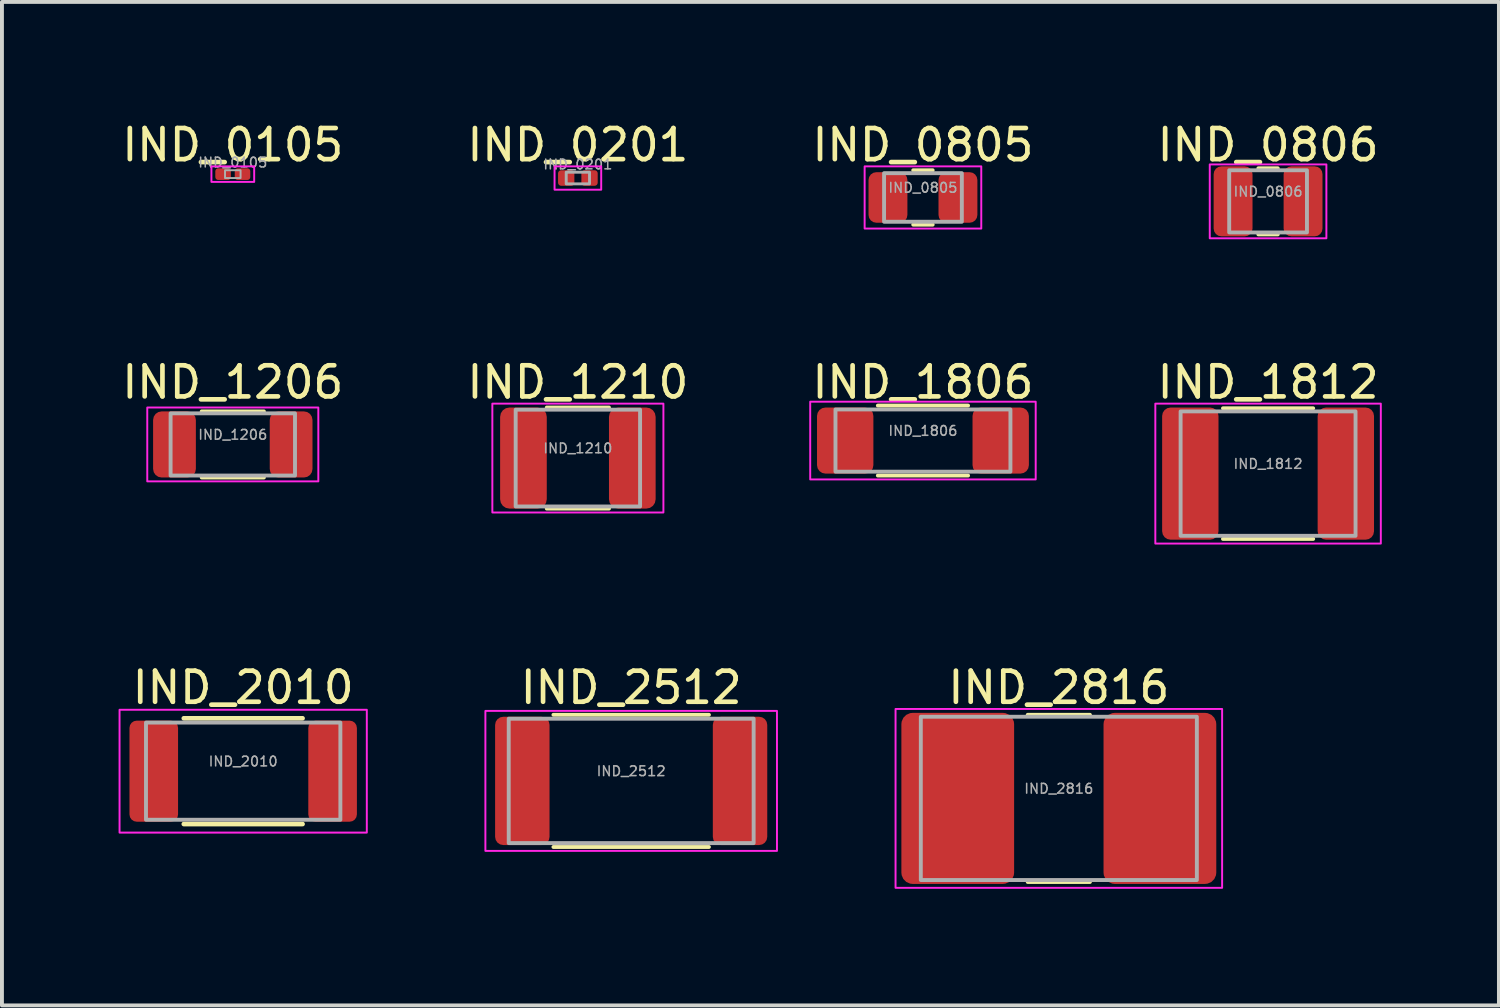
<source format=kicad_pcb>
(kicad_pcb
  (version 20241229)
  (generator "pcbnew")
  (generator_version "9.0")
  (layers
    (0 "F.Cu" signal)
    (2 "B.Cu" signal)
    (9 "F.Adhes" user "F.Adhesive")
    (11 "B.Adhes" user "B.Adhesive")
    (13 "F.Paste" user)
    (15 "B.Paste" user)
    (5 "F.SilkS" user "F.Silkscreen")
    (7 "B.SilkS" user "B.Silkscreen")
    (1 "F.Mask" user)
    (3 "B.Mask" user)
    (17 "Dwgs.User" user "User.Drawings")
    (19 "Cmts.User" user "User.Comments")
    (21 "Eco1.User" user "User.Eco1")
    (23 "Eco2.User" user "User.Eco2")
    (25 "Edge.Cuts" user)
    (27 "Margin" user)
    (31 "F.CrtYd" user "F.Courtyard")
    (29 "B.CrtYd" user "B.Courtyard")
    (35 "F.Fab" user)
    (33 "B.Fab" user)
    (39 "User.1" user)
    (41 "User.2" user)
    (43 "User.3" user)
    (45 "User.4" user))
  (footprint "IND_2512"
    (layer "F.Cu")
    (at 13.185 17.036)
    (property "Reference" "IND_2512" (at 0 -2.4 0) (unlocked yes) (layer "F.SilkS") (effects (font (size 0.8 0.8) (thickness 0.12))))
    (attr smd)
    (fp_line (start -2 -1.7) (end 2 -1.7) (stroke (width 0.1) (type solid)) (layer "F.SilkS"))
    (fp_line (start -2 1.7) (end 2 1.7) (stroke (width 0.1) (type solid)) (layer "F.SilkS"))
    (fp_rect (start -3.75 -1.8) (end 3.75 1.8) (stroke (width 0.05) (type default)) (fill no) (layer "F.CrtYd"))
    (fp_rect (start -3.15 -1.6) (end 3.15 1.6) (stroke (width 0.1) (type default)) (fill no) (layer "F.Fab"))
    (fp_text user "${REFERENCE}" (at 0 -0.25 0) (layer "F.Fab") (effects (font (size 0.25 0.25) (thickness 0.04))))
    (pad "1" smd roundrect (at -2.8 0) (size 1.4 3.3) (layers "F.Cu" "F.Mask" "F.Paste") (roundrect_rratio 0.15))
    (pad "2" smd roundrect (at 2.8 0) (size 1.4 3.3) (layers "F.Cu" "F.Mask" "F.Paste") (roundrect_rratio 0.15)))
  (footprint "IND_0201"
    (layer "F.Cu")
    (at 11.814 1.529)
    (property "Reference" "IND_0201" (at 0 -0.85 0) (unlocked yes) (layer "F.SilkS") (effects (font (size 0.8 0.8) (thickness 0.12))))
    (attr smd)
    (fp_rect (start -0.6 -0.3) (end 0.6 0.3) (stroke (width 0.05) (type default)) (fill no) (layer "F.CrtYd"))
    (fp_rect (start -0.3 -0.15) (end 0.3 0.15) (stroke (width 0.075) (type default)) (fill no) (layer "F.Fab"))
    (fp_text user "${REFERENCE}" (at 0 -0.35 0) (layer "F.Fab") (effects (font (size 0.25 0.25) (thickness 0.04))))
    (pad "1" smd roundrect (at -0.3 0) (size 0.42 0.4) (layers "F.Cu" "F.Mask" "F.Paste") (roundrect_rratio 0.2))
    (pad "2" smd roundrect (at 0.3 0) (size 0.42 0.4) (layers "F.Cu" "F.Mask" "F.Paste") (roundrect_rratio 0.2)))
  (footprint "IND_1812"
    (layer "F.Cu")
    (at 29.567 9.132)
    (property "Reference" "IND_1812" (at 0 -2.35 0) (unlocked yes) (layer "F.SilkS") (effects (font (size 0.8 0.8) (thickness 0.12))))
    (attr smd)
    (fp_line (start -1.16 -1.68) (end 1.16 -1.68) (stroke (width 0.1) (type solid)) (layer "F.SilkS"))
    (fp_line (start -1.16 1.68) (end 1.16 1.68) (stroke (width 0.1) (type solid)) (layer "F.SilkS"))
    (fp_rect (start -2.9 -1.8) (end 2.9 1.8) (stroke (width 0.05) (type default)) (fill no) (layer "F.CrtYd"))
    (fp_rect (start -2.25 -1.6) (end 2.25 1.6) (stroke (width 0.1) (type default)) (fill no) (layer "F.Fab"))
    (fp_text user "${REFERENCE}" (at 0 -0.25 0) (layer "F.Fab") (effects (font (size 0.25 0.25) (thickness 0.04))))
    (pad "1" smd roundrect (at -2 0) (size 1.45 3.4) (layers "F.Cu" "F.Mask" "F.Paste") (roundrect_rratio 0.15))
    (pad "2" smd roundrect (at 2 0) (size 1.45 3.4) (layers "F.Cu" "F.Mask" "F.Paste") (roundrect_rratio 0.15)))
  (footprint "IND_2010"
    (layer "F.Cu")
    (at 3.205 16.786)
    (property "Reference" "IND_2010" (at 0 -2.15 0) (unlocked yes) (layer "F.SilkS") (effects (font (size 0.8 0.8) (thickness 0.12))))
    (attr smd)
    (fp_line (start -1.527 -1.36) (end 1.527 -1.36) (stroke (width 0.12) (type solid)) (layer "F.SilkS"))
    (fp_line (start -1.527 1.36) (end 1.527 1.36) (stroke (width 0.12) (type solid)) (layer "F.SilkS"))
    (fp_rect (start -3.18 -1.58) (end 3.18 1.58) (stroke (width 0.05) (type default)) (fill no) (layer "F.CrtYd"))
    (fp_rect (start -2.5 -1.25) (end 2.5 1.25) (stroke (width 0.1) (type default)) (fill no) (layer "F.Fab"))
    (fp_text user "${REFERENCE}" (at 0 -0.25 0) (layer "F.Fab") (effects (font (size 0.25 0.25) (thickness 0.04))))
    (pad "1" smd roundrect (at -2.3 0) (size 1.25 2.6) (layers "F.Cu" "F.Mask" "F.Paste") (roundrect_rratio 0.15))
    (pad "2" smd roundrect (at 2.3 0) (size 1.25 2.6) (layers "F.Cu" "F.Mask" "F.Paste") (roundrect_rratio 0.15)))
  (footprint "IND_1206"
    (layer "F.Cu")
    (at 2.938 8.382)
    (property "Reference" "IND_1206" (at 0 -1.6 0) (unlocked yes) (layer "F.SilkS") (effects (font (size 0.8 0.8) (thickness 0.12))))
    (attr smd)
    (fp_line (start -0.8 -0.85) (end 0.8 -0.85) (stroke (width 0.1) (type solid)) (layer "F.SilkS"))
    (fp_line (start -0.8 0.85) (end 0.8 0.85) (stroke (width 0.1) (type solid)) (layer "F.SilkS"))
    (fp_rect (start -2.2 -0.95) (end 2.2 0.95) (stroke (width 0.05) (type default)) (fill no) (layer "F.CrtYd"))
    (fp_rect (start -1.6 -0.8) (end 1.6 0.8) (stroke (width 0.1) (type default)) (fill no) (layer "F.Fab"))
    (fp_text user "${REFERENCE}" (at 0 -0.25 0) (layer "F.Fab") (effects (font (size 0.25 0.25) (thickness 0.04))))
    (pad "1" smd roundrect (at -1.5 0) (size 1.1 1.7) (layers "F.Cu" "F.Mask" "F.Paste") (roundrect_rratio 0.2))
    (pad "2" smd roundrect (at 1.5 0) (size 1.1 1.7) (layers "F.Cu" "F.Mask" "F.Paste") (roundrect_rratio 0.2)))
  (footprint "IND_0105"
    (layer "F.Cu")
    (at 2.938 1.429)
    (property "Reference" "IND_0105" (at 0 -0.75 0) (unlocked yes) (layer "F.SilkS") (effects (font (size 0.8 0.8) (thickness 0.12))))
    (attr smd)
    (fp_rect (start -0.55 -0.2) (end 0.55 0.2) (stroke (width 0.05) (type default)) (fill no) (layer "F.CrtYd"))
    (fp_rect (start -0.2 -0.1) (end 0.2 0.1) (stroke (width 0.05) (type default)) (fill no) (layer "F.Fab"))
    (fp_text user "${REFERENCE}" (at 0 -0.3 0) (layer "F.Fab") (effects (font (size 0.25 0.25) (thickness 0.04))))
    (pad "1" smd roundrect (at -0.25 0) (size 0.4 0.3) (layers "F.Cu" "F.Mask" "F.Paste") (roundrect_rratio 0.25))
    (pad "2" smd roundrect (at 0.25 0) (size 0.4 0.3) (layers "F.Cu" "F.Mask" "F.Paste") (roundrect_rratio 0.25)))
  (footprint "IND_0805"
    (layer "F.Cu")
    (at 20.69 2.029)
    (property "Reference" "IND_0805" (at 0 -1.35 0) (unlocked yes) (layer "F.SilkS") (effects (font (size 0.8 0.8) (thickness 0.12))))
    (attr smd)
    (fp_line (start -0.25 -0.7) (end 0.25 -0.7) (stroke (width 0.1) (type solid)) (layer "F.SilkS"))
    (fp_line (start -0.25 0.7) (end 0.25 0.7) (stroke (width 0.1) (type solid)) (layer "F.SilkS"))
    (fp_rect (start -1.5 -0.8) (end 1.5 0.8) (stroke (width 0.05) (type default)) (fill no) (layer "F.CrtYd"))
    (fp_rect (start -1 -0.625) (end 1 0.625) (stroke (width 0.1) (type default)) (fill no) (layer "F.Fab"))
    (fp_text user "${REFERENCE}" (at 0 -0.25 0) (layer "F.Fab") (effects (font (size 0.25 0.25) (thickness 0.04))))
    (pad "1" smd roundrect (at -0.9 0) (size 1 1.3) (layers "F.Cu" "F.Mask" "F.Paste") (roundrect_rratio 0.2))
    (pad "2" smd roundrect (at 0.9 0) (size 1 1.3) (layers "F.Cu" "F.Mask" "F.Paste") (roundrect_rratio 0.2)))
  (footprint "IND_1210"
    (layer "F.Cu")
    (at 11.814 8.732)
    (property "Reference" "IND_1210" (at 0 -1.95 0) (unlocked yes) (layer "F.SilkS") (effects (font (size 0.8 0.8) (thickness 0.12))))
    (attr smd)
    (fp_line (start -0.8 -1.3) (end 0.8 -1.3) (stroke (width 0.1) (type solid)) (layer "F.SilkS"))
    (fp_line (start -0.8 1.3) (end 0.8 1.3) (stroke (width 0.1) (type solid)) (layer "F.SilkS"))
    (fp_rect (start -2.2 -1.4) (end 2.2 1.4) (stroke (width 0.05) (type default)) (fill no) (layer "F.CrtYd"))
    (fp_rect (start -1.6 -1.245) (end 1.6 1.245) (stroke (width 0.1) (type default)) (fill no) (layer "F.Fab"))
    (fp_text user "${REFERENCE}" (at 0 -0.25 0) (layer "F.Fab") (effects (font (size 0.25 0.25) (thickness 0.04))))
    (pad "1" smd roundrect (at -1.4 0) (size 1.2 2.6) (layers "F.Cu" "F.Mask" "F.Paste") (roundrect_rratio 0.2))
    (pad "2" smd roundrect (at 1.4 0) (size 1.2 2.6) (layers "F.Cu" "F.Mask" "F.Paste") (roundrect_rratio 0.2)))
  (footprint "IND_0806"
    (layer "F.Cu")
    (at 29.567 2.129)
    (property "Reference" "IND_0806" (at 0 -1.45 0) (unlocked yes) (layer "F.SilkS") (effects (font (size 0.8 0.8) (thickness 0.12))))
    (attr smd)
    (fp_line (start -0.25 -0.85) (end 0.25 -0.85) (stroke (width 0.1) (type solid)) (layer "F.SilkS"))
    (fp_line (start -0.25 0.85) (end 0.25 0.85) (stroke (width 0.1) (type solid)) (layer "F.SilkS"))
    (fp_rect (start -1.5 -0.95) (end 1.5 0.95) (stroke (width 0.05) (type default)) (fill no) (layer "F.CrtYd"))
    (fp_rect (start -1 -0.8) (end 1 0.8) (stroke (width 0.1) (type default)) (fill no) (layer "F.Fab"))
    (fp_text user "${REFERENCE}" (at 0 -0.25 0) (layer "F.Fab") (effects (font (size 0.25 0.25) (thickness 0.04))))
    (pad "1" smd roundrect (at -0.9 0) (size 1 1.8) (layers "F.Cu" "F.Mask" "F.Paste") (roundrect_rratio 0.2))
    (pad "2" smd roundrect (at 0.9 0) (size 1 1.8) (layers "F.Cu" "F.Mask" "F.Paste") (roundrect_rratio 0.2)))
  (footprint "IND_1806"
    (layer "F.Cu")
    (at 20.69 8.282)
    (property "Reference" "IND_1806" (at 0 -1.5 0) (unlocked yes) (layer "F.SilkS") (effects (font (size 0.8 0.8) (thickness 0.12))))
    (attr smd)
    (fp_line (start -1.16 -0.9) (end 1.16 -0.9) (stroke (width 0.1) (type solid)) (layer "F.SilkS"))
    (fp_line (start -1.16 0.9) (end 1.16 0.9) (stroke (width 0.1) (type solid)) (layer "F.SilkS"))
    (fp_rect (start -2.9 -1) (end 2.9 1) (stroke (width 0.05) (type default)) (fill no) (layer "F.CrtYd"))
    (fp_rect (start -2.25 -0.8) (end 2.25 0.8) (stroke (width 0.1) (type default)) (fill no) (layer "F.Fab"))
    (fp_text user "${REFERENCE}" (at 0 -0.25 0) (layer "F.Fab") (effects (font (size 0.25 0.25) (thickness 0.04))))
    (pad "1" smd roundrect (at -2 0) (size 1.45 1.7) (layers "F.Cu" "F.Mask" "F.Paste") (roundrect_rratio 0.15))
    (pad "2" smd roundrect (at 2 0) (size 1.45 1.7) (layers "F.Cu" "F.Mask" "F.Paste") (roundrect_rratio 0.15)))
  (footprint "IND_2816"
    (layer "F.Cu")
    (at 24.185 17.486)
    (property "Reference" "IND_2816" (at 0 -2.85 0) (unlocked yes) (layer "F.SilkS") (effects (font (size 0.8 0.8) (thickness 0.12))))
    (attr smd)
    (fp_line (start -0.8 -2.15) (end 0.8 -2.15) (stroke (width 0.1) (type solid)) (layer "F.SilkS"))
    (fp_line (start -0.8 2.15) (end 0.8 2.15) (stroke (width 0.1) (type solid)) (layer "F.SilkS"))
    (fp_rect (start -4.2 -2.3) (end 4.2 2.3) (stroke (width 0.05) (type default)) (fill no) (layer "F.CrtYd"))
    (fp_rect (start -3.55 -2.1) (end 3.55 2.1) (stroke (width 0.1) (type default)) (fill no) (layer "F.Fab"))
    (fp_text user "${REFERENCE}" (at 0 -0.25 0) (layer "F.Fab") (effects (font (size 0.25 0.25) (thickness 0.04))))
    (pad "1" smd roundrect (at -2.6 0) (size 2.9 4.4) (layers "F.Cu" "F.Mask" "F.Paste") (roundrect_rratio 0.1))
    (pad "2" smd roundrect (at 2.6 0) (size 2.9 4.4) (layers "F.Cu" "F.Mask" "F.Paste") (roundrect_rratio 0.1)))
  (gr_rect
    (start -3 -3)
    (end 35.505 22.811)
    (stroke (width 0.1) (type default))
    (fill no)
    (layer "Edge.Cuts")))
</source>
